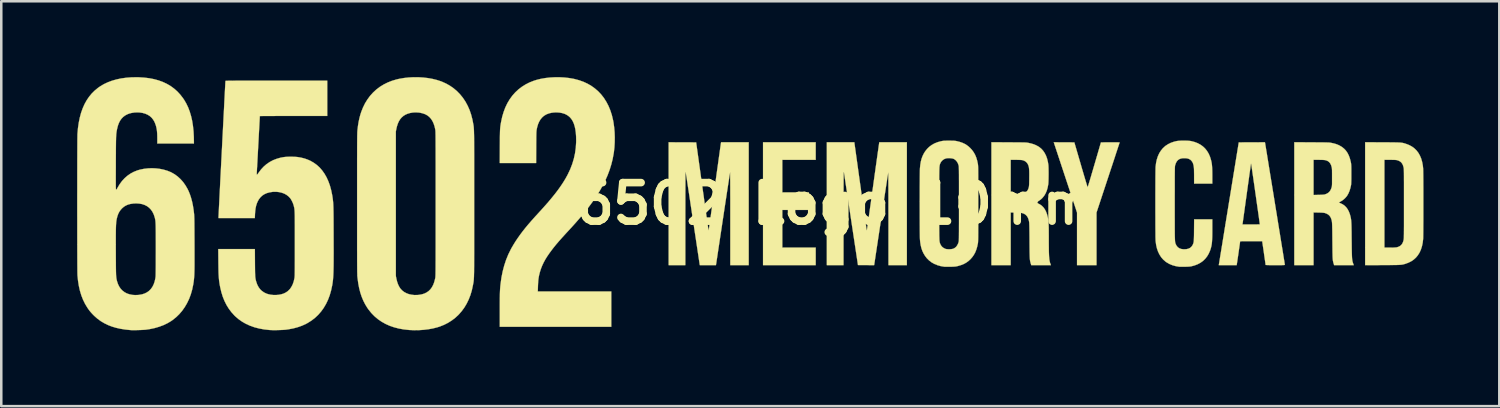
<source format=kicad_pcb>
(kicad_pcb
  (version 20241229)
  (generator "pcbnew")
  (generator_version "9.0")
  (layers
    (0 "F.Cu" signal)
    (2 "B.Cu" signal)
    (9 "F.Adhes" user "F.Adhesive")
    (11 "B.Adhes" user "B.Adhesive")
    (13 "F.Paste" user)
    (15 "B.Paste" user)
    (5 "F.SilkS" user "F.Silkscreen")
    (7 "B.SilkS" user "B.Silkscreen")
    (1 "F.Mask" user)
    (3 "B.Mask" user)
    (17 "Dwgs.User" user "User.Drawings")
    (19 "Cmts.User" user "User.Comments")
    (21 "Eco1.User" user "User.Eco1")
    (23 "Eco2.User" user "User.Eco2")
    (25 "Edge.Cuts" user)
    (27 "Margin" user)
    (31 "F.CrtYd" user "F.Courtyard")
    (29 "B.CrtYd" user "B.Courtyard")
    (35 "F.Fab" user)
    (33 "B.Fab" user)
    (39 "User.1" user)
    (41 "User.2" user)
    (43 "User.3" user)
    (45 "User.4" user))
  (footprint "6502 Logo 10mm"
    (layer "F.Cu")
    (at 30.003 5.008)
    (property "Reference" "6502 Logo 10mm" (at 0 0 0) (layer "F.SilkS") (effects (font (size 1.524 1.524) (thickness 0.3))))
    (attr through_hole)
    (fp_poly (pts (xy -0.787 -1.736) (xy -2.108 -1.736) (xy -2.108 -0.449) (xy -1.058 -0.449) (xy -1.058 0.246) (xy -2.108 0.246) (xy -2.108 1.736) (xy -0.787 1.736) (xy -0.787 2.43) (xy -2.87 2.43) (xy -2.87 -2.43) (xy -0.787 -2.43) (xy -0.787 -1.736)) (stroke (width 0.01) (type solid)) (fill yes) (layer "F.SilkS"))
    (fp_poly (pts (xy 9.037 -2.428) (xy 9.444 -2.426) (xy 9.703 -1.538) (xy 9.737 -1.42) (xy 9.771 -1.306) (xy 9.803 -1.197) (xy 9.833 -1.096) (xy 9.861 -1.002) (xy 9.886 -0.917) (xy 9.909 -0.842) (xy 9.928 -0.778) (xy 9.945 -0.725) (xy 9.957 -0.686) (xy 9.965 -0.661) (xy 9.969 -0.651) (xy 9.97 -0.651) (xy 9.973 -0.659) (xy 9.981 -0.682) (xy 9.993 -0.719) (xy 10.008 -0.77) (xy 10.028 -0.832) (xy 10.05 -0.906) (xy 10.075 -0.99) (xy 10.103 -1.082) (xy 10.132 -1.183) (xy 10.164 -1.29) (xy 10.197 -1.403) (xy 10.232 -1.522) (xy 10.237 -1.538) (xy 10.496 -2.426) (xy 10.865 -2.428) (xy 10.943 -2.428) (xy 11.015 -2.428) (xy 11.079 -2.428) (xy 11.135 -2.427) (xy 11.18 -2.427) (xy 11.213 -2.426) (xy 11.231 -2.424) (xy 11.235 -2.423) (xy 11.233 -2.415) (xy 11.225 -2.391) (xy 11.213 -2.353) (xy 11.196 -2.301) (xy 11.174 -2.236) (xy 11.149 -2.159) (xy 11.12 -2.072) (xy 11.088 -1.974) (xy 11.053 -1.866) (xy 11.015 -1.75) (xy 10.974 -1.626) (xy 10.931 -1.495) (xy 10.885 -1.358) (xy 10.838 -1.215) (xy 10.79 -1.068) (xy 10.778 -1.033) (xy 10.321 0.35) (xy 10.321 2.43) (xy 9.55 2.43) (xy 9.55 1.391) (xy 9.55 0.351) (xy 9.09 -1.039) (xy 8.63 -2.43) (xy 9.037 -2.428)) (stroke (width 0.01) (type solid)) (fill yes) (layer "F.SilkS"))
    (fp_poly (pts (xy 2.819 2.43) (xy 2.091 2.43) (xy 2.091 0.586) (xy 2.091 0.392) (xy 2.09 0.206) (xy 2.09 0.029) (xy 2.09 -0.139) (xy 2.09 -0.298) (xy 2.089 -0.447) (xy 2.089 -0.584) (xy 2.088 -0.711) (xy 2.088 -0.825) (xy 2.087 -0.926) (xy 2.087 -1.015) (xy 2.086 -1.09) (xy 2.085 -1.15) (xy 2.084 -1.196) (xy 2.084 -1.226) (xy 2.083 -1.24) (xy 2.083 -1.24) (xy 2.081 -1.23) (xy 2.076 -1.205) (xy 2.07 -1.164) (xy 2.061 -1.108) (xy 2.05 -1.039) (xy 2.037 -0.957) (xy 2.023 -0.863) (xy 2.007 -0.757) (xy 1.989 -0.641) (xy 1.97 -0.515) (xy 1.949 -0.381) (xy 1.928 -0.237) (xy 1.905 -0.087) (xy 1.881 0.07) (xy 1.856 0.234) (xy 1.831 0.402) (xy 1.805 0.575) (xy 1.804 0.584) (xy 1.778 0.757) (xy 1.752 0.926) (xy 1.728 1.089) (xy 1.704 1.247) (xy 1.681 1.398) (xy 1.66 1.542) (xy 1.639 1.677) (xy 1.62 1.804) (xy 1.602 1.921) (xy 1.586 2.027) (xy 1.572 2.122) (xy 1.559 2.205) (xy 1.549 2.275) (xy 1.54 2.331) (xy 1.534 2.373) (xy 1.53 2.4) (xy 1.528 2.411) (xy 1.528 2.411) (xy 1.524 2.43) (xy 1.204 2.428) (xy 0.885 2.426) (xy 0.608 0.593) (xy 0.582 0.419) (xy 0.556 0.249) (xy 0.531 0.085) (xy 0.507 -0.074) (xy 0.484 -0.226) (xy 0.463 -0.37) (xy 0.442 -0.506) (xy 0.423 -0.633) (xy 0.405 -0.75) (xy 0.389 -0.857) (xy 0.375 -0.953) (xy 0.362 -1.036) (xy 0.352 -1.107) (xy 0.343 -1.164) (xy 0.337 -1.207) (xy 0.332 -1.235) (xy 0.331 -1.247) (xy 0.331 -1.247) (xy 0.325 -1.25) (xy 0.322 -1.249) (xy 0.321 -1.24) (xy 0.32 -1.214) (xy 0.319 -1.171) (xy 0.318 -1.111) (xy 0.317 -1.035) (xy 0.316 -0.942) (xy 0.316 -0.832) (xy 0.315 -0.706) (xy 0.315 -0.563) (xy 0.314 -0.404) (xy 0.314 -0.228) (xy 0.314 -0.036) (xy 0.313 0.173) (xy 0.313 0.397) (xy 0.313 0.593) (xy 0.313 2.43) (xy -0.347 2.43) (xy -0.347 -2.43) (xy 0.197 -2.43) (xy 0.741 -2.43) (xy 0.982 -0.698) (xy 1.006 -0.529) (xy 1.029 -0.364) (xy 1.051 -0.204) (xy 1.073 -0.05) (xy 1.093 0.097) (xy 1.113 0.236) (xy 1.131 0.367) (xy 1.149 0.489) (xy 1.165 0.601) (xy 1.179 0.702) (xy 1.192 0.791) (xy 1.203 0.869) (xy 1.212 0.933) (xy 1.22 0.983) (xy 1.225 1.019) (xy 1.228 1.039) (xy 1.229 1.044) (xy 1.237 1.05) (xy 1.238 1.05) (xy 1.24 1.041) (xy 1.244 1.016) (xy 1.249 0.976) (xy 1.257 0.922) (xy 1.267 0.854) (xy 1.278 0.774) (xy 1.291 0.681) (xy 1.306 0.577) (xy 1.322 0.462) (xy 1.34 0.338) (xy 1.358 0.205) (xy 1.378 0.064) (xy 1.399 -0.085) (xy 1.42 -0.24) (xy 1.443 -0.401) (xy 1.466 -0.567) (xy 1.481 -0.673) (xy 1.504 -0.842) (xy 1.527 -1.006) (xy 1.549 -1.166) (xy 1.571 -1.319) (xy 1.591 -1.466) (xy 1.611 -1.605) (xy 1.629 -1.736) (xy 1.646 -1.857) (xy 1.662 -1.969) (xy 1.676 -2.07) (xy 1.689 -2.159) (xy 1.7 -2.237) (xy 1.709 -2.301) (xy 1.716 -2.351) (xy 1.721 -2.387) (xy 1.724 -2.407) (xy 1.725 -2.411) (xy 1.729 -2.43) (xy 2.819 -2.43) (xy 2.819 2.43)) (stroke (width 0.01) (type solid)) (fill yes) (layer "F.SilkS"))
    (fp_poly (pts (xy 21.634 -2.428) (xy 21.764 -2.427) (xy 21.879 -2.427) (xy 21.979 -2.426) (xy 22.066 -2.425) (xy 22.141 -2.424) (xy 22.205 -2.423) (xy 22.261 -2.421) (xy 22.308 -2.419) (xy 22.349 -2.416) (xy 22.384 -2.412) (xy 22.415 -2.408) (xy 22.443 -2.403) (xy 22.469 -2.397) (xy 22.496 -2.389) (xy 22.523 -2.381) (xy 22.552 -2.372) (xy 22.571 -2.365) (xy 22.691 -2.318) (xy 22.799 -2.26) (xy 22.895 -2.189) (xy 22.98 -2.106) (xy 23.053 -2.011) (xy 23.114 -1.903) (xy 23.164 -1.784) (xy 23.202 -1.652) (xy 23.229 -1.508) (xy 23.241 -1.394) (xy 23.242 -1.37) (xy 23.243 -1.329) (xy 23.244 -1.273) (xy 23.245 -1.202) (xy 23.246 -1.116) (xy 23.247 -1.016) (xy 23.248 -0.903) (xy 23.248 -0.777) (xy 23.249 -0.638) (xy 23.249 -0.488) (xy 23.249 -0.327) (xy 23.249 -0.156) (xy 23.249 -0.000001) (xy 23.249 0.18) (xy 23.249 0.35) (xy 23.249 0.509) (xy 23.249 0.658) (xy 23.248 0.794) (xy 23.247 0.919) (xy 23.247 1.03) (xy 23.246 1.128) (xy 23.245 1.212) (xy 23.244 1.282) (xy 23.243 1.336) (xy 23.242 1.374) (xy 23.241 1.394) (xy 23.223 1.547) (xy 23.193 1.688) (xy 23.152 1.817) (xy 23.099 1.933) (xy 23.034 2.037) (xy 22.958 2.129) (xy 22.87 2.209) (xy 22.771 2.277) (xy 22.66 2.332) (xy 22.571 2.365) (xy 22.54 2.376) (xy 22.512 2.385) (xy 22.485 2.392) (xy 22.459 2.399) (xy 22.432 2.405) (xy 22.402 2.41) (xy 22.37 2.414) (xy 22.333 2.417) (xy 22.289 2.42) (xy 22.239 2.422) (xy 22.18 2.424) (xy 22.111 2.425) (xy 22.031 2.426) (xy 21.939 2.426) (xy 21.833 2.427) (xy 21.713 2.428) (xy 21.634 2.428) (xy 20.947 2.431) (xy 20.947 -1.736) (xy 21.709 -1.736) (xy 21.709 1.736) (xy 21.934 1.736) (xy 22.008 1.735) (xy 22.067 1.735) (xy 22.114 1.733) (xy 22.15 1.731) (xy 22.178 1.728) (xy 22.201 1.725) (xy 22.21 1.722) (xy 22.281 1.698) (xy 22.339 1.664) (xy 22.387 1.619) (xy 22.424 1.563) (xy 22.453 1.493) (xy 22.468 1.435) (xy 22.47 1.425) (xy 22.472 1.414) (xy 22.474 1.401) (xy 22.475 1.386) (xy 22.476 1.366) (xy 22.478 1.342) (xy 22.479 1.313) (xy 22.479 1.278) (xy 22.48 1.236) (xy 22.481 1.186) (xy 22.481 1.127) (xy 22.482 1.059) (xy 22.482 0.982) (xy 22.483 0.893) (xy 22.483 0.792) (xy 22.483 0.679) (xy 22.483 0.553) (xy 22.483 0.413) (xy 22.483 0.257) (xy 22.483 0.086) (xy 22.483 0) (xy 22.483 -0.179) (xy 22.483 -0.342) (xy 22.483 -0.489) (xy 22.483 -0.622) (xy 22.483 -0.741) (xy 22.483 -0.847) (xy 22.482 -0.941) (xy 22.482 -1.024) (xy 22.482 -1.097) (xy 22.481 -1.159) (xy 22.481 -1.213) (xy 22.48 -1.259) (xy 22.479 -1.297) (xy 22.478 -1.329) (xy 22.477 -1.356) (xy 22.476 -1.377) (xy 22.474 -1.394) (xy 22.473 -1.409) (xy 22.471 -1.42) (xy 22.469 -1.43) (xy 22.468 -1.435) (xy 22.445 -1.515) (xy 22.414 -1.581) (xy 22.374 -1.634) (xy 22.323 -1.675) (xy 22.261 -1.706) (xy 22.21 -1.722) (xy 22.19 -1.727) (xy 22.165 -1.73) (xy 22.133 -1.732) (xy 22.091 -1.734) (xy 22.038 -1.735) (xy 21.972 -1.736) (xy 21.934 -1.736) (xy 21.709 -1.736) (xy 20.947 -1.736) (xy 20.947 -2.431) (xy 21.634 -2.428)) (stroke (width 0.01) (type solid)) (fill yes) (layer "F.SilkS"))
    (fp_poly (pts (xy -5.516 -2.426) (xy -5.274 -0.692) (xy -5.251 -0.523) (xy -5.227 -0.358) (xy -5.205 -0.198) (xy -5.184 -0.045) (xy -5.163 0.102) (xy -5.143 0.241) (xy -5.125 0.372) (xy -5.107 0.493) (xy -5.092 0.605) (xy -5.077 0.706) (xy -5.064 0.795) (xy -5.053 0.873) (xy -5.044 0.937) (xy -5.036 0.987) (xy -5.031 1.022) (xy -5.028 1.042) (xy -5.027 1.047) (xy -5.02 1.045) (xy -5.017 1.04) (xy -5.016 1.031) (xy -5.012 1.006) (xy -5.006 0.965) (xy -4.998 0.91) (xy -4.988 0.841) (xy -4.977 0.76) (xy -4.964 0.667) (xy -4.949 0.562) (xy -4.933 0.447) (xy -4.916 0.322) (xy -4.897 0.189) (xy -4.877 0.047) (xy -4.856 -0.102) (xy -4.835 -0.257) (xy -4.812 -0.418) (xy -4.789 -0.584) (xy -4.776 -0.682) (xy -4.752 -0.85) (xy -4.729 -1.014) (xy -4.707 -1.173) (xy -4.686 -1.326) (xy -4.665 -1.472) (xy -4.646 -1.611) (xy -4.628 -1.741) (xy -4.611 -1.862) (xy -4.595 -1.973) (xy -4.581 -2.074) (xy -4.569 -2.163) (xy -4.558 -2.24) (xy -4.549 -2.303) (xy -4.542 -2.353) (xy -4.537 -2.388) (xy -4.534 -2.407) (xy -4.534 -2.411) (xy -4.529 -2.43) (xy -3.437 -2.43) (xy -3.437 2.43) (xy -4.166 2.43) (xy -4.166 0.587) (xy -4.166 0.411) (xy -4.166 0.241) (xy -4.166 0.075) (xy -4.166 -0.084) (xy -4.166 -0.236) (xy -4.167 -0.381) (xy -4.167 -0.517) (xy -4.167 -0.644) (xy -4.168 -0.761) (xy -4.168 -0.867) (xy -4.169 -0.962) (xy -4.169 -1.045) (xy -4.17 -1.115) (xy -4.171 -1.171) (xy -4.171 -1.212) (xy -4.172 -1.238) (xy -4.172 -1.248) (xy -4.173 -1.248) (xy -4.174 -1.239) (xy -4.179 -1.214) (xy -4.185 -1.174) (xy -4.194 -1.119) (xy -4.205 -1.051) (xy -4.217 -0.97) (xy -4.232 -0.876) (xy -4.248 -0.772) (xy -4.266 -0.656) (xy -4.285 -0.531) (xy -4.306 -0.397) (xy -4.327 -0.254) (xy -4.35 -0.104) (xy -4.374 0.053) (xy -4.399 0.217) (xy -4.424 0.385) (xy -4.45 0.558) (xy -4.453 0.576) (xy -4.479 0.749) (xy -4.504 0.918) (xy -4.529 1.082) (xy -4.553 1.24) (xy -4.576 1.392) (xy -4.597 1.536) (xy -4.618 1.672) (xy -4.637 1.799) (xy -4.655 1.916) (xy -4.671 2.023) (xy -4.685 2.118) (xy -4.698 2.201) (xy -4.709 2.272) (xy -4.717 2.329) (xy -4.724 2.372) (xy -4.728 2.399) (xy -4.73 2.411) (xy -4.73 2.411) (xy -4.735 2.43) (xy -5.053 2.43) (xy -5.372 2.43) (xy -5.642 0.637) (xy -5.674 0.427) (xy -5.703 0.233) (xy -5.73 0.055) (xy -5.754 -0.109) (xy -5.777 -0.259) (xy -5.797 -0.395) (xy -5.816 -0.518) (xy -5.833 -0.628) (xy -5.848 -0.728) (xy -5.861 -0.816) (xy -5.873 -0.894) (xy -5.883 -0.962) (xy -5.892 -1.021) (xy -5.9 -1.071) (xy -5.907 -1.114) (xy -5.913 -1.15) (xy -5.917 -1.179) (xy -5.921 -1.202) (xy -5.924 -1.22) (xy -5.927 -1.234) (xy -5.929 -1.243) (xy -5.931 -1.25) (xy -5.932 -1.253) (xy -5.933 -1.255) (xy -5.934 -1.255) (xy -5.934 -1.254) (xy -5.935 -1.253) (xy -5.936 -1.253) (xy -5.937 -1.245) (xy -5.938 -1.22) (xy -5.938 -1.18) (xy -5.939 -1.124) (xy -5.94 -1.054) (xy -5.94 -0.97) (xy -5.941 -0.873) (xy -5.941 -0.764) (xy -5.942 -0.642) (xy -5.942 -0.509) (xy -5.943 -0.365) (xy -5.943 -0.211) (xy -5.943 -0.047) (xy -5.943 0.126) (xy -5.944 0.307) (xy -5.944 0.496) (xy -5.944 0.588) (xy -5.944 2.43) (xy -6.604 2.43) (xy -6.604 -2.43) (xy -5.516 -2.426)) (stroke (width 0.01) (type solid)) (fill yes) (layer "F.SilkS"))
    (fp_poly (pts (xy 6.852 -2.428) (xy 6.976 -2.427) (xy 7.085 -2.426) (xy 7.179 -2.426) (xy 7.26 -2.425) (xy 7.329 -2.424) (xy 7.388 -2.424) (xy 7.436 -2.423) (xy 7.477 -2.422) (xy 7.51 -2.42) (xy 7.538 -2.419) (xy 7.56 -2.417) (xy 7.58 -2.415) (xy 7.597 -2.412) (xy 7.614 -2.409) (xy 7.628 -2.406) (xy 7.746 -2.379) (xy 7.849 -2.347) (xy 7.94 -2.308) (xy 8.023 -2.262) (xy 8.05 -2.245) (xy 8.134 -2.178) (xy 8.208 -2.097) (xy 8.271 -2.004) (xy 8.325 -1.898) (xy 8.367 -1.78) (xy 8.398 -1.65) (xy 8.416 -1.536) (xy 8.419 -1.498) (xy 8.421 -1.447) (xy 8.423 -1.385) (xy 8.424 -1.314) (xy 8.425 -1.238) (xy 8.425 -1.159) (xy 8.424 -1.08) (xy 8.423 -1.004) (xy 8.421 -0.932) (xy 8.419 -0.869) (xy 8.416 -0.815) (xy 8.413 -0.775) (xy 8.411 -0.763) (xy 8.386 -0.632) (xy 8.352 -0.514) (xy 8.307 -0.409) (xy 8.253 -0.317) (xy 8.188 -0.236) (xy 8.151 -0.199) (xy 8.122 -0.173) (xy 8.087 -0.147) (xy 8.051 -0.121) (xy 8.016 -0.098) (xy 7.985 -0.08) (xy 7.962 -0.07) (xy 7.954 -0.068) (xy 7.94 -0.062) (xy 7.934 -0.056) (xy 7.932 -0.049) (xy 7.938 -0.041) (xy 7.957 -0.032) (xy 7.985 -0.021) (xy 8.074 0.022) (xy 8.153 0.077) (xy 8.221 0.145) (xy 8.28 0.227) (xy 8.328 0.322) (xy 8.367 0.431) (xy 8.387 0.508) (xy 8.396 0.549) (xy 8.403 0.589) (xy 8.41 0.629) (xy 8.415 0.671) (xy 8.42 0.717) (xy 8.424 0.768) (xy 8.427 0.825) (xy 8.429 0.89) (xy 8.431 0.965) (xy 8.432 1.05) (xy 8.432 1.149) (xy 8.433 1.261) (xy 8.433 1.369) (xy 8.433 1.512) (xy 8.434 1.639) (xy 8.435 1.752) (xy 8.436 1.851) (xy 8.438 1.938) (xy 8.441 2.014) (xy 8.444 2.08) (xy 8.448 2.138) (xy 8.453 2.188) (xy 8.459 2.232) (xy 8.466 2.271) (xy 8.474 2.306) (xy 8.483 2.338) (xy 8.494 2.369) (xy 8.497 2.376) (xy 8.517 2.43) (xy 7.739 2.43) (xy 7.722 2.373) (xy 7.715 2.346) (xy 7.708 2.321) (xy 7.702 2.298) (xy 7.696 2.274) (xy 7.692 2.249) (xy 7.688 2.222) (xy 7.685 2.19) (xy 7.682 2.153) (xy 7.68 2.11) (xy 7.678 2.06) (xy 7.677 2) (xy 7.675 1.93) (xy 7.674 1.849) (xy 7.673 1.756) (xy 7.672 1.648) (xy 7.671 1.525) (xy 7.671 1.465) (xy 7.67 1.338) (xy 7.669 1.228) (xy 7.668 1.131) (xy 7.667 1.049) (xy 7.666 0.978) (xy 7.665 0.918) (xy 7.664 0.869) (xy 7.662 0.827) (xy 7.661 0.794) (xy 7.659 0.766) (xy 7.658 0.743) (xy 7.655 0.725) (xy 7.653 0.709) (xy 7.65 0.694) (xy 7.648 0.682) (xy 7.628 0.608) (xy 7.604 0.548) (xy 7.574 0.498) (xy 7.547 0.466) (xy 7.511 0.433) (xy 7.471 0.406) (xy 7.423 0.384) (xy 7.367 0.368) (xy 7.301 0.357) (xy 7.223 0.35) (xy 7.13 0.347) (xy 7.09 0.347) (xy 6.926 0.347) (xy 6.926 2.43) (xy 6.164 2.43) (xy 6.164 -1.736) (xy 6.926 -1.736) (xy 6.926 -0.345) (xy 7.127 -0.35) (xy 7.205 -0.352) (xy 7.268 -0.355) (xy 7.316 -0.358) (xy 7.351 -0.362) (xy 7.372 -0.367) (xy 7.447 -0.395) (xy 7.511 -0.435) (xy 7.563 -0.484) (xy 7.602 -0.542) (xy 7.603 -0.545) (xy 7.616 -0.572) (xy 7.627 -0.597) (xy 7.635 -0.622) (xy 7.642 -0.648) (xy 7.648 -0.678) (xy 7.652 -0.713) (xy 7.655 -0.755) (xy 7.657 -0.808) (xy 7.658 -0.871) (xy 7.66 -0.948) (xy 7.66 -1.012) (xy 7.661 -1.113) (xy 7.661 -1.199) (xy 7.66 -1.271) (xy 7.657 -1.332) (xy 7.653 -1.384) (xy 7.648 -1.428) (xy 7.64 -1.466) (xy 7.631 -1.5) (xy 7.619 -1.532) (xy 7.604 -1.563) (xy 7.602 -1.569) (xy 7.565 -1.623) (xy 7.516 -1.668) (xy 7.457 -1.702) (xy 7.39 -1.724) (xy 7.379 -1.726) (xy 7.356 -1.729) (xy 7.319 -1.731) (xy 7.272 -1.733) (xy 7.217 -1.735) (xy 7.158 -1.736) (xy 7.127 -1.736) (xy 6.926 -1.736) (xy 6.164 -1.736) (xy 6.164 -2.431) (xy 6.852 -2.428)) (stroke (width 0.01) (type solid)) (fill yes) (layer "F.SilkS"))
    (fp_poly (pts (xy -10.728 -4.992) (xy -10.542 -4.971) (xy -10.363 -4.94) (xy -10.327 -4.932) (xy -10.144 -4.883) (xy -9.971 -4.821) (xy -9.809 -4.746) (xy -9.657 -4.657) (xy -9.517 -4.556) (xy -9.387 -4.443) (xy -9.269 -4.317) (xy -9.162 -4.179) (xy -9.067 -4.028) (xy -8.983 -3.866) (xy -8.911 -3.692) (xy -8.851 -3.507) (xy -8.804 -3.31) (xy -8.784 -3.205) (xy -8.759 -3.021) (xy -8.742 -2.826) (xy -8.735 -2.627) (xy -8.738 -2.426) (xy -8.749 -2.229) (xy -8.77 -2.04) (xy -8.78 -1.978) (xy -8.82 -1.763) (xy -8.873 -1.552) (xy -8.938 -1.342) (xy -9.016 -1.134) (xy -9.107 -0.927) (xy -9.212 -0.718) (xy -9.331 -0.507) (xy -9.466 -0.293) (xy -9.615 -0.075) (xy -9.671 0.003) (xy -9.757 0.119) (xy -9.845 0.233) (xy -9.937 0.349) (xy -10.034 0.466) (xy -10.137 0.588) (xy -10.248 0.715) (xy -10.367 0.849) (xy -10.498 0.992) (xy -10.567 1.067) (xy -10.662 1.17) (xy -10.746 1.262) (xy -10.822 1.346) (xy -10.889 1.421) (xy -10.951 1.491) (xy -11.007 1.557) (xy -11.06 1.619) (xy -11.11 1.681) (xy -11.159 1.742) (xy -11.197 1.791) (xy -11.305 1.935) (xy -11.4 2.072) (xy -11.482 2.203) (xy -11.551 2.331) (xy -11.61 2.457) (xy -11.659 2.583) (xy -11.699 2.71) (xy -11.731 2.841) (xy -11.734 2.857) (xy -11.745 2.917) (xy -11.754 2.976) (xy -11.761 3.037) (xy -11.766 3.105) (xy -11.77 3.183) (xy -11.774 3.273) (xy -11.774 3.287) (xy -11.78 3.471) (xy -8.873 3.471) (xy -8.873 4.868) (xy -13.284 4.868) (xy -13.284 4.21) (xy -13.284 4.074) (xy -13.284 3.952) (xy -13.283 3.845) (xy -13.283 3.751) (xy -13.281 3.667) (xy -13.28 3.592) (xy -13.278 3.526) (xy -13.276 3.466) (xy -13.273 3.411) (xy -13.27 3.359) (xy -13.266 3.309) (xy -13.262 3.26) (xy -13.256 3.21) (xy -13.254 3.188) (xy -13.219 2.93) (xy -13.17 2.682) (xy -13.108 2.446) (xy -13.033 2.219) (xy -12.945 2.003) (xy -12.843 1.798) (xy -12.823 1.76) (xy -12.746 1.628) (xy -12.666 1.498) (xy -12.579 1.368) (xy -12.486 1.236) (xy -12.386 1.102) (xy -12.277 0.964) (xy -12.158 0.821) (xy -12.028 0.671) (xy -11.887 0.513) (xy -11.785 0.402) (xy -11.629 0.231) (xy -11.484 0.069) (xy -11.351 -0.083) (xy -11.23 -0.228) (xy -11.118 -0.366) (xy -11.016 -0.498) (xy -10.923 -0.625) (xy -10.838 -0.748) (xy -10.76 -0.868) (xy -10.689 -0.985) (xy -10.624 -1.101) (xy -10.595 -1.156) (xy -10.498 -1.361) (xy -10.418 -1.568) (xy -10.354 -1.779) (xy -10.307 -1.992) (xy -10.277 -2.209) (xy -10.263 -2.428) (xy -10.262 -2.502) (xy -10.265 -2.665) (xy -10.276 -2.814) (xy -10.295 -2.948) (xy -10.322 -3.068) (xy -10.357 -3.176) (xy -10.4 -3.27) (xy -10.452 -3.352) (xy -10.512 -3.422) (xy -10.582 -3.481) (xy -10.66 -3.528) (xy -10.719 -3.555) (xy -10.814 -3.585) (xy -10.916 -3.604) (xy -11.023 -3.612) (xy -11.131 -3.61) (xy -11.237 -3.597) (xy -11.337 -3.573) (xy -11.428 -3.539) (xy -11.456 -3.525) (xy -11.539 -3.474) (xy -11.611 -3.41) (xy -11.673 -3.335) (xy -11.726 -3.247) (xy -11.77 -3.145) (xy -11.804 -3.03) (xy -11.821 -2.951) (xy -11.825 -2.932) (xy -11.828 -2.914) (xy -11.83 -2.895) (xy -11.832 -2.873) (xy -11.834 -2.847) (xy -11.836 -2.816) (xy -11.837 -2.779) (xy -11.838 -2.734) (xy -11.839 -2.68) (xy -11.84 -2.615) (xy -11.84 -2.539) (xy -11.841 -2.45) (xy -11.842 -2.346) (xy -11.842 -2.233) (xy -11.846 -1.609) (xy -13.285 -1.609) (xy -13.282 -2.263) (xy -13.281 -2.389) (xy -13.28 -2.501) (xy -13.28 -2.598) (xy -13.279 -2.683) (xy -13.277 -2.757) (xy -13.276 -2.821) (xy -13.274 -2.877) (xy -13.272 -2.927) (xy -13.269 -2.971) (xy -13.265 -3.013) (xy -13.261 -3.051) (xy -13.256 -3.09) (xy -13.25 -3.129) (xy -13.243 -3.17) (xy -13.235 -3.216) (xy -13.229 -3.247) (xy -13.186 -3.446) (xy -13.13 -3.633) (xy -13.063 -3.81) (xy -12.983 -3.976) (xy -12.891 -4.13) (xy -12.788 -4.272) (xy -12.673 -4.402) (xy -12.547 -4.52) (xy -12.41 -4.625) (xy -12.262 -4.718) (xy -12.104 -4.798) (xy -11.935 -4.864) (xy -11.83 -4.897) (xy -11.663 -4.939) (xy -11.485 -4.97) (xy -11.3 -4.991) (xy -11.11 -5.001) (xy -10.918 -5.002) (xy -10.728 -4.992)) (stroke (width 0.01) (type solid)) (fill yes) (layer "F.SilkS"))
    (fp_poly (pts (xy 16.988 -2.407) (xy 16.99 -2.396) (xy 16.994 -2.369) (xy 17.001 -2.327) (xy 17.01 -2.27) (xy 17.022 -2.201) (xy 17.035 -2.119) (xy 17.051 -2.025) (xy 17.068 -1.92) (xy 17.086 -1.805) (xy 17.107 -1.68) (xy 17.128 -1.547) (xy 17.151 -1.407) (xy 17.175 -1.259) (xy 17.2 -1.105) (xy 17.226 -0.946) (xy 17.253 -0.783) (xy 17.28 -0.615) (xy 17.308 -0.445) (xy 17.336 -0.273) (xy 17.364 -0.099) (xy 17.392 0.075) (xy 17.42 0.249) (xy 17.449 0.421) (xy 17.476 0.592) (xy 17.503 0.76) (xy 17.53 0.924) (xy 17.556 1.084) (xy 17.581 1.239) (xy 17.605 1.388) (xy 17.628 1.53) (xy 17.65 1.665) (xy 17.671 1.791) (xy 17.69 1.908) (xy 17.707 2.015) (xy 17.722 2.112) (xy 17.736 2.196) (xy 17.748 2.268) (xy 17.757 2.327) (xy 17.764 2.372) (xy 17.769 2.403) (xy 17.771 2.417) (xy 17.772 2.418) (xy 17.769 2.421) (xy 17.761 2.423) (xy 17.746 2.425) (xy 17.723 2.427) (xy 17.69 2.428) (xy 17.646 2.429) (xy 17.59 2.429) (xy 17.521 2.43) (xy 17.436 2.43) (xy 17.391 2.43) (xy 17.305 2.43) (xy 17.228 2.429) (xy 17.16 2.429) (xy 17.104 2.427) (xy 17.059 2.426) (xy 17.028 2.425) (xy 17.012 2.423) (xy 17.01 2.422) (xy 17.008 2.412) (xy 17.005 2.387) (xy 17 2.349) (xy 16.993 2.3) (xy 16.985 2.242) (xy 16.975 2.177) (xy 16.965 2.106) (xy 16.954 2.031) (xy 16.944 1.955) (xy 16.933 1.879) (xy 16.922 1.805) (xy 16.912 1.735) (xy 16.902 1.671) (xy 16.894 1.614) (xy 16.887 1.568) (xy 16.882 1.533) (xy 16.879 1.511) (xy 16.878 1.505) (xy 16.873 1.482) (xy 16.437 1.482) (xy 16.329 1.482) (xy 16.236 1.482) (xy 16.16 1.483) (xy 16.099 1.484) (xy 16.054 1.485) (xy 16.023 1.487) (xy 16.006 1.489) (xy 16.002 1.491) (xy 16.001 1.501) (xy 15.997 1.525) (xy 15.992 1.563) (xy 15.985 1.612) (xy 15.977 1.67) (xy 15.968 1.735) (xy 15.957 1.806) (xy 15.947 1.88) (xy 15.936 1.956) (xy 15.925 2.032) (xy 15.914 2.106) (xy 15.904 2.175) (xy 15.894 2.239) (xy 15.886 2.295) (xy 15.879 2.342) (xy 15.874 2.376) (xy 15.87 2.398) (xy 15.87 2.402) (xy 15.865 2.43) (xy 15.158 2.43) (xy 15.17 2.356) (xy 15.173 2.341) (xy 15.178 2.311) (xy 15.185 2.265) (xy 15.195 2.204) (xy 15.207 2.13) (xy 15.221 2.042) (xy 15.238 1.942) (xy 15.256 1.83) (xy 15.276 1.707) (xy 15.298 1.573) (xy 15.321 1.43) (xy 15.346 1.277) (xy 15.372 1.116) (xy 15.399 0.948) (xy 15.42 0.821) (xy 16.093 0.821) (xy 16.437 0.821) (xy 16.512 0.821) (xy 16.58 0.821) (xy 16.642 0.82) (xy 16.695 0.819) (xy 16.736 0.818) (xy 16.765 0.817) (xy 16.78 0.815) (xy 16.781 0.815) (xy 16.78 0.804) (xy 16.776 0.778) (xy 16.771 0.738) (xy 16.763 0.684) (xy 16.754 0.618) (xy 16.744 0.542) (xy 16.732 0.456) (xy 16.718 0.361) (xy 16.704 0.259) (xy 16.688 0.15) (xy 16.672 0.037) (xy 16.655 -0.081) (xy 16.638 -0.202) (xy 16.621 -0.324) (xy 16.603 -0.447) (xy 16.586 -0.569) (xy 16.569 -0.689) (xy 16.552 -0.807) (xy 16.535 -0.92) (xy 16.52 -1.029) (xy 16.505 -1.131) (xy 16.491 -1.225) (xy 16.479 -1.311) (xy 16.468 -1.387) (xy 16.458 -1.453) (xy 16.45 -1.506) (xy 16.444 -1.546) (xy 16.44 -1.571) (xy 16.439 -1.581) (xy 16.439 -1.581) (xy 16.431 -1.583) (xy 16.431 -1.583) (xy 16.429 -1.574) (xy 16.425 -1.549) (xy 16.42 -1.51) (xy 16.412 -1.457) (xy 16.403 -1.391) (xy 16.392 -1.312) (xy 16.379 -1.223) (xy 16.365 -1.124) (xy 16.35 -1.015) (xy 16.334 -0.898) (xy 16.316 -0.775) (xy 16.298 -0.644) (xy 16.279 -0.509) (xy 16.265 -0.406) (xy 16.246 -0.267) (xy 16.227 -0.132) (xy 16.209 -0.002) (xy 16.192 0.121) (xy 16.176 0.237) (xy 16.161 0.345) (xy 16.147 0.444) (xy 16.135 0.532) (xy 16.124 0.61) (xy 16.115 0.675) (xy 16.108 0.727) (xy 16.102 0.765) (xy 16.099 0.787) (xy 16.098 0.794) (xy 16.093 0.821) (xy 15.42 0.821) (xy 15.428 0.772) (xy 15.457 0.59) (xy 15.488 0.403) (xy 15.519 0.21) (xy 15.551 0.014) (xy 15.565 -0.072) (xy 15.948 -2.426) (xy 16.465 -2.428) (xy 16.983 -2.43) (xy 16.988 -2.407)) (stroke (width 0.01) (type solid)) (fill yes) (layer "F.SilkS"))
    (fp_poly (pts (xy 18.832 -2.428) (xy 18.956 -2.427) (xy 19.065 -2.426) (xy 19.159 -2.426) (xy 19.24 -2.425) (xy 19.309 -2.424) (xy 19.368 -2.424) (xy 19.416 -2.423) (xy 19.457 -2.421) (xy 19.49 -2.42) (xy 19.518 -2.419) (xy 19.541 -2.417) (xy 19.56 -2.415) (xy 19.577 -2.412) (xy 19.594 -2.409) (xy 19.609 -2.406) (xy 19.69 -2.389) (xy 19.759 -2.371) (xy 19.82 -2.351) (xy 19.877 -2.328) (xy 19.933 -2.302) (xy 20.028 -2.246) (xy 20.113 -2.178) (xy 20.186 -2.1) (xy 20.249 -2.009) (xy 20.301 -1.906) (xy 20.344 -1.789) (xy 20.377 -1.659) (xy 20.385 -1.621) (xy 20.389 -1.599) (xy 20.392 -1.575) (xy 20.394 -1.55) (xy 20.396 -1.519) (xy 20.398 -1.483) (xy 20.399 -1.438) (xy 20.4 -1.383) (xy 20.4 -1.317) (xy 20.4 -1.237) (xy 20.4 -1.168) (xy 20.4 -1.067) (xy 20.4 -0.98) (xy 20.399 -0.909) (xy 20.397 -0.85) (xy 20.395 -0.804) (xy 20.393 -0.768) (xy 20.39 -0.743) (xy 20.389 -0.737) (xy 20.363 -0.618) (xy 20.328 -0.507) (xy 20.286 -0.407) (xy 20.237 -0.321) (xy 20.223 -0.301) (xy 20.174 -0.242) (xy 20.115 -0.184) (xy 20.051 -0.133) (xy 19.985 -0.092) (xy 19.952 -0.075) (xy 19.929 -0.064) (xy 19.913 -0.055) (xy 19.91 -0.051) (xy 19.915 -0.045) (xy 19.932 -0.035) (xy 19.959 -0.023) (xy 19.964 -0.021) (xy 20.053 0.021) (xy 20.131 0.075) (xy 20.199 0.142) (xy 20.257 0.222) (xy 20.305 0.315) (xy 20.345 0.422) (xy 20.357 0.468) (xy 20.366 0.501) (xy 20.373 0.531) (xy 20.379 0.561) (xy 20.385 0.591) (xy 20.39 0.623) (xy 20.394 0.658) (xy 20.397 0.698) (xy 20.4 0.743) (xy 20.403 0.795) (xy 20.405 0.855) (xy 20.407 0.925) (xy 20.408 1.006) (xy 20.41 1.099) (xy 20.411 1.205) (xy 20.412 1.326) (xy 20.413 1.431) (xy 20.415 1.566) (xy 20.416 1.685) (xy 20.417 1.789) (xy 20.419 1.881) (xy 20.421 1.96) (xy 20.423 2.028) (xy 20.425 2.086) (xy 20.428 2.136) (xy 20.431 2.179) (xy 20.435 2.216) (xy 20.44 2.247) (xy 20.445 2.275) (xy 20.452 2.301) (xy 20.459 2.325) (xy 20.467 2.35) (xy 20.476 2.375) (xy 20.497 2.43) (xy 19.72 2.43) (xy 19.701 2.369) (xy 19.694 2.343) (xy 19.687 2.32) (xy 19.682 2.298) (xy 19.677 2.275) (xy 19.672 2.251) (xy 19.669 2.224) (xy 19.666 2.192) (xy 19.663 2.155) (xy 19.661 2.112) (xy 19.659 2.06) (xy 19.658 2) (xy 19.656 1.929) (xy 19.655 1.847) (xy 19.654 1.751) (xy 19.653 1.642) (xy 19.652 1.518) (xy 19.651 1.469) (xy 19.65 1.339) (xy 19.649 1.224) (xy 19.648 1.124) (xy 19.647 1.038) (xy 19.645 0.963) (xy 19.644 0.9) (xy 19.642 0.846) (xy 19.64 0.801) (xy 19.638 0.763) (xy 19.635 0.731) (xy 19.632 0.704) (xy 19.628 0.681) (xy 19.624 0.66) (xy 19.619 0.641) (xy 19.613 0.621) (xy 19.606 0.601) (xy 19.605 0.597) (xy 19.575 0.528) (xy 19.534 0.472) (xy 19.482 0.426) (xy 19.418 0.391) (xy 19.351 0.367) (xy 19.328 0.362) (xy 19.298 0.358) (xy 19.26 0.355) (xy 19.211 0.352) (xy 19.149 0.35) (xy 19.103 0.349) (xy 18.906 0.345) (xy 18.906 2.43) (xy 18.144 2.43) (xy 18.144 -1.736) (xy 18.906 -1.736) (xy 18.906 -0.345) (xy 19.107 -0.35) (xy 19.186 -0.352) (xy 19.249 -0.355) (xy 19.297 -0.358) (xy 19.332 -0.362) (xy 19.352 -0.367) (xy 19.427 -0.395) (xy 19.49 -0.433) (xy 19.541 -0.482) (xy 19.581 -0.543) (xy 19.612 -0.618) (xy 19.619 -0.639) (xy 19.624 -0.657) (xy 19.628 -0.673) (xy 19.631 -0.691) (xy 19.633 -0.711) (xy 19.635 -0.735) (xy 19.637 -0.766) (xy 19.638 -0.806) (xy 19.638 -0.856) (xy 19.638 -0.917) (xy 19.638 -0.993) (xy 19.638 -1.046) (xy 19.638 -1.133) (xy 19.638 -1.206) (xy 19.637 -1.265) (xy 19.637 -1.313) (xy 19.635 -1.351) (xy 19.633 -1.382) (xy 19.631 -1.407) (xy 19.628 -1.427) (xy 19.624 -1.445) (xy 19.624 -1.446) (xy 19.6 -1.526) (xy 19.567 -1.592) (xy 19.526 -1.644) (xy 19.475 -1.683) (xy 19.449 -1.696) (xy 19.421 -1.708) (xy 19.394 -1.717) (xy 19.364 -1.724) (xy 19.33 -1.729) (xy 19.288 -1.732) (xy 19.237 -1.734) (xy 19.173 -1.735) (xy 19.108 -1.736) (xy 18.906 -1.736) (xy 18.144 -1.736) (xy 18.144 -2.431) (xy 18.832 -2.428)) (stroke (width 0.01) (type solid)) (fill yes) (layer "F.SilkS"))
    (fp_poly (pts (xy 13.878 -2.493) (xy 13.945 -2.49) (xy 14.004 -2.485) (xy 14.051 -2.479) (xy 14.059 -2.478) (xy 14.194 -2.443) (xy 14.317 -2.397) (xy 14.428 -2.338) (xy 14.527 -2.268) (xy 14.615 -2.185) (xy 14.691 -2.09) (xy 14.756 -1.982) (xy 14.809 -1.862) (xy 14.85 -1.73) (xy 14.871 -1.638) (xy 14.879 -1.59) (xy 14.886 -1.538) (xy 14.891 -1.48) (xy 14.895 -1.414) (xy 14.898 -1.338) (xy 14.9 -1.25) (xy 14.901 -1.149) (xy 14.901 -1.086) (xy 14.901 -0.796) (xy 14.182 -0.796) (xy 14.181 -1.069) (xy 14.181 -1.14) (xy 14.18 -1.21) (xy 14.179 -1.275) (xy 14.178 -1.334) (xy 14.176 -1.382) (xy 14.174 -1.418) (xy 14.173 -1.427) (xy 14.16 -1.518) (xy 14.138 -1.595) (xy 14.106 -1.659) (xy 14.064 -1.712) (xy 14.035 -1.737) (xy 13.993 -1.763) (xy 13.949 -1.782) (xy 13.898 -1.794) (xy 13.835 -1.8) (xy 13.818 -1.801) (xy 13.731 -1.8) (xy 13.656 -1.786) (xy 13.592 -1.761) (xy 13.538 -1.722) (xy 13.494 -1.67) (xy 13.459 -1.604) (xy 13.432 -1.523) (xy 13.43 -1.517) (xy 13.428 -1.509) (xy 13.426 -1.499) (xy 13.425 -1.487) (xy 13.423 -1.472) (xy 13.422 -1.452) (xy 13.421 -1.428) (xy 13.42 -1.399) (xy 13.419 -1.363) (xy 13.419 -1.32) (xy 13.418 -1.27) (xy 13.417 -1.211) (xy 13.417 -1.142) (xy 13.416 -1.063) (xy 13.416 -0.974) (xy 13.416 -0.873) (xy 13.416 -0.759) (xy 13.416 -0.632) (xy 13.416 -0.491) (xy 13.415 -0.336) (xy 13.415 -0.165) (xy 13.415 -0.008) (xy 13.415 0.179) (xy 13.415 0.351) (xy 13.415 0.508) (xy 13.416 0.649) (xy 13.416 0.777) (xy 13.416 0.892) (xy 13.416 0.995) (xy 13.417 1.086) (xy 13.417 1.166) (xy 13.418 1.237) (xy 13.419 1.298) (xy 13.421 1.351) (xy 13.422 1.396) (xy 13.424 1.435) (xy 13.426 1.467) (xy 13.428 1.494) (xy 13.431 1.517) (xy 13.434 1.535) (xy 13.438 1.551) (xy 13.441 1.565) (xy 13.446 1.577) (xy 13.451 1.588) (xy 13.456 1.6) (xy 13.462 1.613) (xy 13.462 1.614) (xy 13.498 1.677) (xy 13.544 1.727) (xy 13.6 1.764) (xy 13.667 1.789) (xy 13.745 1.801) (xy 13.796 1.803) (xy 13.882 1.797) (xy 13.956 1.779) (xy 14.019 1.749) (xy 14.071 1.706) (xy 14.113 1.65) (xy 14.129 1.619) (xy 14.139 1.597) (xy 14.147 1.576) (xy 14.154 1.555) (xy 14.16 1.532) (xy 14.165 1.505) (xy 14.168 1.473) (xy 14.171 1.435) (xy 14.173 1.388) (xy 14.175 1.331) (xy 14.177 1.263) (xy 14.178 1.182) (xy 14.179 1.086) (xy 14.179 1.044) (xy 14.183 0.618) (xy 14.901 0.618) (xy 14.901 0.997) (xy 14.901 1.122) (xy 14.9 1.232) (xy 14.898 1.328) (xy 14.894 1.413) (xy 14.89 1.487) (xy 14.884 1.554) (xy 14.876 1.613) (xy 14.866 1.668) (xy 14.854 1.72) (xy 14.84 1.771) (xy 14.824 1.821) (xy 14.811 1.858) (xy 14.758 1.978) (xy 14.694 2.086) (xy 14.618 2.181) (xy 14.531 2.265) (xy 14.431 2.336) (xy 14.32 2.395) (xy 14.197 2.442) (xy 14.078 2.474) (xy 14.046 2.48) (xy 14.013 2.484) (xy 13.974 2.488) (xy 13.928 2.49) (xy 13.871 2.492) (xy 13.809 2.493) (xy 13.752 2.494) (xy 13.699 2.494) (xy 13.653 2.494) (xy 13.617 2.494) (xy 13.594 2.493) (xy 13.589 2.492) (xy 13.45 2.468) (xy 13.32 2.431) (xy 13.202 2.382) (xy 13.095 2.32) (xy 13.049 2.288) (xy 12.958 2.208) (xy 12.878 2.115) (xy 12.811 2.011) (xy 12.755 1.895) (xy 12.711 1.767) (xy 12.679 1.627) (xy 12.659 1.475) (xy 12.658 1.461) (xy 12.657 1.436) (xy 12.656 1.395) (xy 12.654 1.337) (xy 12.653 1.264) (xy 12.653 1.176) (xy 12.652 1.072) (xy 12.651 0.953) (xy 12.65 0.82) (xy 12.65 0.673) (xy 12.65 0.513) (xy 12.649 0.339) (xy 12.649 0.153) (xy 12.649 0) (xy 12.649 -0.196) (xy 12.649 -0.38) (xy 12.65 -0.551) (xy 12.65 -0.708) (xy 12.651 -0.852) (xy 12.651 -0.981) (xy 12.652 -1.097) (xy 12.653 -1.197) (xy 12.654 -1.282) (xy 12.655 -1.352) (xy 12.656 -1.406) (xy 12.657 -1.443) (xy 12.658 -1.461) (xy 12.677 -1.614) (xy 12.708 -1.755) (xy 12.751 -1.884) (xy 12.805 -2.001) (xy 12.872 -2.106) (xy 12.95 -2.2) (xy 13.04 -2.281) (xy 13.049 -2.288) (xy 13.152 -2.355) (xy 13.266 -2.411) (xy 13.392 -2.454) (xy 13.492 -2.478) (xy 13.535 -2.484) (xy 13.592 -2.489) (xy 13.658 -2.493) (xy 13.731 -2.494) (xy 13.805 -2.494) (xy 13.878 -2.493)) (stroke (width 0.01) (type solid)) (fill yes) (layer "F.SilkS"))
    (fp_poly (pts (xy 4.496 -2.493) (xy 4.565 -2.493) (xy 4.62 -2.492) (xy 4.664 -2.491) (xy 4.7 -2.489) (xy 4.73 -2.486) (xy 4.757 -2.482) (xy 4.785 -2.477) (xy 4.796 -2.474) (xy 4.912 -2.445) (xy 5.014 -2.41) (xy 5.105 -2.368) (xy 5.188 -2.318) (xy 5.266 -2.258) (xy 5.327 -2.201) (xy 5.402 -2.118) (xy 5.466 -2.029) (xy 5.52 -1.932) (xy 5.564 -1.826) (xy 5.599 -1.708) (xy 5.627 -1.577) (xy 5.627 -1.575) (xy 5.629 -1.563) (xy 5.631 -1.55) (xy 5.633 -1.536) (xy 5.634 -1.52) (xy 5.636 -1.5) (xy 5.637 -1.476) (xy 5.638 -1.448) (xy 5.639 -1.414) (xy 5.64 -1.374) (xy 5.64 -1.326) (xy 5.641 -1.271) (xy 5.641 -1.207) (xy 5.642 -1.134) (xy 5.642 -1.051) (xy 5.642 -0.956) (xy 5.643 -0.85) (xy 5.643 -0.732) (xy 5.643 -0.6) (xy 5.643 -0.453) (xy 5.643 -0.292) (xy 5.643 -0.116) (xy 5.643 0) (xy 5.643 0.187) (xy 5.643 0.357) (xy 5.643 0.512) (xy 5.643 0.653) (xy 5.643 0.779) (xy 5.643 0.893) (xy 5.642 0.995) (xy 5.642 1.085) (xy 5.642 1.164) (xy 5.641 1.233) (xy 5.641 1.294) (xy 5.64 1.346) (xy 5.639 1.39) (xy 5.638 1.428) (xy 5.637 1.459) (xy 5.636 1.486) (xy 5.635 1.508) (xy 5.634 1.526) (xy 5.632 1.542) (xy 5.631 1.555) (xy 5.629 1.568) (xy 5.627 1.575) (xy 5.599 1.707) (xy 5.563 1.826) (xy 5.519 1.934) (xy 5.464 2.032) (xy 5.399 2.122) (xy 5.344 2.185) (xy 5.263 2.262) (xy 5.175 2.326) (xy 5.078 2.381) (xy 4.969 2.425) (xy 4.848 2.462) (xy 4.801 2.473) (xy 4.77 2.479) (xy 4.738 2.484) (xy 4.703 2.487) (xy 4.661 2.49) (xy 4.609 2.492) (xy 4.544 2.493) (xy 4.525 2.493) (xy 4.468 2.494) (xy 4.414 2.494) (xy 4.368 2.494) (xy 4.331 2.494) (xy 4.307 2.493) (xy 4.301 2.492) (xy 4.158 2.468) (xy 4.025 2.43) (xy 3.905 2.381) (xy 3.795 2.319) (xy 3.697 2.244) (xy 3.609 2.156) (xy 3.54 2.066) (xy 3.481 1.97) (xy 3.433 1.869) (xy 3.395 1.76) (xy 3.366 1.641) (xy 3.346 1.511) (xy 3.336 1.397) (xy 3.335 1.368) (xy 3.334 1.324) (xy 3.333 1.266) (xy 3.332 1.194) (xy 3.331 1.11) (xy 3.33 1.015) (xy 3.33 0.91) (xy 3.329 0.797) (xy 3.329 0.677) (xy 3.328 0.55) (xy 3.328 0.419) (xy 3.328 0.284) (xy 3.327 0.146) (xy 3.327 0.007) (xy 3.327 -0.132) (xy 3.328 -0.269) (xy 3.328 -0.27) (xy 4.098 -0.27) (xy 4.098 -0.093) (xy 4.098 0) (xy 4.098 0.185) (xy 4.098 0.354) (xy 4.098 0.508) (xy 4.098 0.647) (xy 4.098 0.772) (xy 4.098 0.885) (xy 4.099 0.985) (xy 4.099 1.074) (xy 4.1 1.152) (xy 4.1 1.22) (xy 4.101 1.279) (xy 4.103 1.331) (xy 4.104 1.374) (xy 4.105 1.411) (xy 4.107 1.443) (xy 4.109 1.469) (xy 4.112 1.491) (xy 4.114 1.509) (xy 4.118 1.525) (xy 4.121 1.539) (xy 4.125 1.551) (xy 4.129 1.564) (xy 4.133 1.577) (xy 4.136 1.583) (xy 4.167 1.647) (xy 4.212 1.703) (xy 4.268 1.748) (xy 4.334 1.782) (xy 4.348 1.787) (xy 4.392 1.796) (xy 4.445 1.801) (xy 4.505 1.802) (xy 4.564 1.798) (xy 4.617 1.79) (xy 4.659 1.779) (xy 4.719 1.746) (xy 4.772 1.7) (xy 4.815 1.639) (xy 4.85 1.566) (xy 4.866 1.516) (xy 4.868 1.508) (xy 4.87 1.499) (xy 4.871 1.488) (xy 4.873 1.474) (xy 4.874 1.456) (xy 4.875 1.434) (xy 4.876 1.407) (xy 4.877 1.374) (xy 4.878 1.334) (xy 4.878 1.286) (xy 4.879 1.231) (xy 4.879 1.166) (xy 4.88 1.091) (xy 4.88 1.006) (xy 4.88 0.91) (xy 4.881 0.801) (xy 4.881 0.68) (xy 4.881 0.545) (xy 4.881 0.395) (xy 4.881 0.231) (xy 4.881 0.05) (xy 4.881 0) (xy 4.881 -0.185) (xy 4.881 -0.354) (xy 4.881 -0.507) (xy 4.881 -0.646) (xy 4.881 -0.771) (xy 4.881 -0.883) (xy 4.88 -0.982) (xy 4.88 -1.07) (xy 4.88 -1.147) (xy 4.879 -1.215) (xy 4.879 -1.272) (xy 4.878 -1.322) (xy 4.877 -1.364) (xy 4.876 -1.399) (xy 4.875 -1.427) (xy 4.874 -1.451) (xy 4.873 -1.469) (xy 4.872 -1.484) (xy 4.87 -1.496) (xy 4.868 -1.506) (xy 4.867 -1.514) (xy 4.866 -1.516) (xy 4.838 -1.596) (xy 4.799 -1.664) (xy 4.752 -1.719) (xy 4.697 -1.761) (xy 4.659 -1.779) (xy 4.613 -1.791) (xy 4.557 -1.799) (xy 4.496 -1.803) (xy 4.435 -1.802) (xy 4.382 -1.795) (xy 4.363 -1.791) (xy 4.295 -1.764) (xy 4.235 -1.724) (xy 4.185 -1.673) (xy 4.148 -1.613) (xy 4.136 -1.583) (xy 4.131 -1.57) (xy 4.127 -1.557) (xy 4.123 -1.545) (xy 4.119 -1.532) (xy 4.116 -1.517) (xy 4.113 -1.5) (xy 4.111 -1.48) (xy 4.108 -1.456) (xy 4.106 -1.427) (xy 4.105 -1.393) (xy 4.103 -1.353) (xy 4.102 -1.306) (xy 4.101 -1.25) (xy 4.1 -1.186) (xy 4.099 -1.113) (xy 4.099 -1.03) (xy 4.098 -0.935) (xy 4.098 -0.829) (xy 4.098 -0.71) (xy 4.098 -0.578) (xy 4.098 -0.431) (xy 4.098 -0.27) (xy 3.328 -0.27) (xy 3.328 -0.405) (xy 3.328 -0.537) (xy 3.328 -0.664) (xy 3.329 -0.785) (xy 3.33 -0.899) (xy 3.33 -1.004) (xy 3.331 -1.1) (xy 3.332 -1.185) (xy 3.333 -1.259) (xy 3.334 -1.319) (xy 3.335 -1.364) (xy 3.336 -1.394) (xy 3.336 -1.397) (xy 3.35 -1.537) (xy 3.371 -1.664) (xy 3.401 -1.781) (xy 3.441 -1.888) (xy 3.491 -1.988) (xy 3.54 -2.067) (xy 3.616 -2.164) (xy 3.703 -2.249) (xy 3.8 -2.322) (xy 3.908 -2.383) (xy 4.029 -2.432) (xy 4.161 -2.469) (xy 4.204 -2.478) (xy 4.232 -2.483) (xy 4.263 -2.487) (xy 4.298 -2.49) (xy 4.34 -2.492) (xy 4.393 -2.493) (xy 4.458 -2.493) (xy 4.496 -2.493)) (stroke (width 0.01) (type solid)) (fill yes) (layer "F.SilkS"))
    (fp_poly (pts (xy -16.496 -5.002) (xy -16.304 -4.99) (xy -16.117 -4.968) (xy -15.936 -4.935) (xy -15.764 -4.892) (xy -15.603 -4.839) (xy -15.57 -4.826) (xy -15.406 -4.752) (xy -15.251 -4.664) (xy -15.107 -4.563) (xy -14.974 -4.45) (xy -14.852 -4.324) (xy -14.741 -4.187) (xy -14.642 -4.038) (xy -14.555 -3.878) (xy -14.48 -3.708) (xy -14.418 -3.528) (xy -14.368 -3.337) (xy -14.348 -3.234) (xy -14.343 -3.209) (xy -14.339 -3.186) (xy -14.335 -3.164) (xy -14.331 -3.144) (xy -14.327 -3.124) (xy -14.324 -3.104) (xy -14.321 -3.084) (xy -14.318 -3.063) (xy -14.315 -3.039) (xy -14.313 -3.014) (xy -14.311 -2.985) (xy -14.309 -2.954) (xy -14.307 -2.918) (xy -14.305 -2.877) (xy -14.304 -2.832) (xy -14.303 -2.781) (xy -14.301 -2.724) (xy -14.3 -2.66) (xy -14.299 -2.588) (xy -14.299 -2.509) (xy -14.298 -2.421) (xy -14.298 -2.324) (xy -14.297 -2.217) (xy -14.297 -2.1) (xy -14.296 -1.973) (xy -14.296 -1.834) (xy -14.296 -1.683) (xy -14.296 -1.52) (xy -14.296 -1.344) (xy -14.296 -1.154) (xy -14.296 -0.95) (xy -14.296 -0.731) (xy -14.296 -0.497) (xy -14.296 -0.247) (xy -14.296 0) (xy -14.296 0.265) (xy -14.296 0.514) (xy -14.296 0.747) (xy -14.296 0.964) (xy -14.296 1.167) (xy -14.296 1.356) (xy -14.296 1.531) (xy -14.296 1.694) (xy -14.296 1.844) (xy -14.296 1.982) (xy -14.297 2.109) (xy -14.297 2.225) (xy -14.298 2.331) (xy -14.298 2.427) (xy -14.299 2.514) (xy -14.3 2.593) (xy -14.3 2.664) (xy -14.301 2.728) (xy -14.303 2.785) (xy -14.304 2.835) (xy -14.305 2.88) (xy -14.307 2.92) (xy -14.309 2.956) (xy -14.311 2.987) (xy -14.313 3.016) (xy -14.316 3.041) (xy -14.318 3.064) (xy -14.321 3.086) (xy -14.324 3.106) (xy -14.327 3.126) (xy -14.331 3.145) (xy -14.335 3.166) (xy -14.339 3.187) (xy -14.343 3.211) (xy -14.348 3.234) (xy -14.39 3.43) (xy -14.446 3.617) (xy -14.515 3.792) (xy -14.596 3.958) (xy -14.689 4.112) (xy -14.794 4.255) (xy -14.91 4.387) (xy -15.037 4.506) (xy -15.176 4.613) (xy -15.325 4.708) (xy -15.484 4.789) (xy -15.653 4.857) (xy -15.754 4.889) (xy -15.923 4.932) (xy -16.102 4.965) (xy -16.29 4.988) (xy -16.482 5.001) (xy -16.677 5.003) (xy -16.87 4.995) (xy -17.079 4.972) (xy -17.277 4.937) (xy -17.465 4.888) (xy -17.642 4.827) (xy -17.808 4.752) (xy -17.963 4.664) (xy -18.108 4.564) (xy -18.242 4.45) (xy -18.365 4.324) (xy -18.477 4.184) (xy -18.523 4.119) (xy -18.607 3.982) (xy -18.681 3.836) (xy -18.746 3.682) (xy -18.8 3.518) (xy -18.845 3.343) (xy -18.881 3.155) (xy -18.908 2.954) (xy -18.912 2.918) (xy -18.914 2.904) (xy -18.915 2.889) (xy -18.916 2.873) (xy -18.917 2.854) (xy -18.918 2.833) (xy -18.919 2.808) (xy -18.92 2.78) (xy -18.921 2.748) (xy -18.922 2.711) (xy -18.923 2.668) (xy -18.923 2.62) (xy -18.924 2.564) (xy -18.924 2.502) (xy -18.925 2.432) (xy -18.925 2.354) (xy -18.926 2.267) (xy -18.926 2.17) (xy -18.926 2.064) (xy -18.926 1.947) (xy -18.927 1.819) (xy -18.927 1.679) (xy -18.927 1.527) (xy -18.927 1.362) (xy -18.927 1.184) (xy -18.927 0.992) (xy -18.927 0.785) (xy -18.927 0.564) (xy -18.927 0.326) (xy -18.927 0.073) (xy -18.927 0) (xy -18.927 -0.258) (xy -18.927 -0.5) (xy -18.927 -0.726) (xy -18.927 -0.936) (xy -18.927 -1.133) (xy -18.927 -1.314) (xy -18.927 -1.483) (xy -18.927 -1.638) (xy -18.927 -1.781) (xy -18.926 -1.913) (xy -18.926 -2.033) (xy -18.926 -2.142) (xy -18.926 -2.241) (xy -18.925 -2.331) (xy -18.925 -2.411) (xy -18.924 -2.484) (xy -18.924 -2.548) (xy -18.923 -2.605) (xy -18.923 -2.655) (xy -18.922 -2.7) (xy -18.921 -2.738) (xy -18.92 -2.772) (xy -18.92 -2.801) (xy -18.919 -2.826) (xy -18.918 -2.848) (xy -18.917 -2.857) (xy -17.395 -2.857) (xy -17.395 2.857) (xy -17.376 2.955) (xy -17.347 3.076) (xy -17.311 3.182) (xy -17.267 3.275) (xy -17.215 3.355) (xy -17.21 3.362) (xy -17.143 3.433) (xy -17.065 3.493) (xy -16.975 3.541) (xy -16.877 3.578) (xy -16.769 3.601) (xy -16.655 3.613) (xy -16.534 3.61) (xy -16.487 3.606) (xy -16.374 3.587) (xy -16.271 3.556) (xy -16.18 3.512) (xy -16.099 3.456) (xy -16.028 3.387) (xy -15.968 3.305) (xy -15.917 3.209) (xy -15.876 3.099) (xy -15.844 2.976) (xy -15.834 2.93) (xy -15.833 2.921) (xy -15.832 2.912) (xy -15.831 2.9) (xy -15.83 2.886) (xy -15.829 2.869) (xy -15.828 2.848) (xy -15.827 2.824) (xy -15.826 2.794) (xy -15.825 2.759) (xy -15.825 2.719) (xy -15.824 2.672) (xy -15.823 2.618) (xy -15.823 2.557) (xy -15.822 2.488) (xy -15.822 2.41) (xy -15.822 2.324) (xy -15.821 2.228) (xy -15.821 2.121) (xy -15.821 2.004) (xy -15.821 1.876) (xy -15.82 1.736) (xy -15.82 1.583) (xy -15.82 1.418) (xy -15.82 1.24) (xy -15.82 1.047) (xy -15.82 0.84) (xy -15.82 0.618) (xy -15.82 0.38) (xy -15.82 0.126) (xy -15.82 0) (xy -15.82 -0.262) (xy -15.82 -0.507) (xy -15.82 -0.736) (xy -15.82 -0.951) (xy -15.82 -1.15) (xy -15.82 -1.335) (xy -15.82 -1.507) (xy -15.82 -1.665) (xy -15.821 -1.811) (xy -15.821 -1.945) (xy -15.821 -2.067) (xy -15.821 -2.178) (xy -15.822 -2.279) (xy -15.822 -2.37) (xy -15.822 -2.452) (xy -15.823 -2.525) (xy -15.823 -2.59) (xy -15.824 -2.647) (xy -15.824 -2.697) (xy -15.825 -2.741) (xy -15.826 -2.778) (xy -15.826 -2.81) (xy -15.827 -2.837) (xy -15.828 -2.86) (xy -15.829 -2.879) (xy -15.83 -2.894) (xy -15.831 -2.907) (xy -15.833 -2.917) (xy -15.834 -2.926) (xy -15.834 -2.93) (xy -15.863 -3.058) (xy -15.901 -3.172) (xy -15.948 -3.272) (xy -16.004 -3.358) (xy -16.07 -3.431) (xy -16.147 -3.492) (xy -16.234 -3.54) (xy -16.333 -3.575) (xy -16.443 -3.6) (xy -16.51 -3.608) (xy -16.621 -3.613) (xy -16.731 -3.606) (xy -16.836 -3.587) (xy -16.934 -3.558) (xy -17.018 -3.521) (xy -17.099 -3.47) (xy -17.169 -3.408) (xy -17.229 -3.336) (xy -17.28 -3.251) (xy -17.322 -3.153) (xy -17.357 -3.041) (xy -17.376 -2.955) (xy -17.395 -2.857) (xy -18.917 -2.857) (xy -18.916 -2.868) (xy -18.915 -2.885) (xy -18.914 -2.9) (xy -18.913 -2.915) (xy -18.912 -2.918) (xy -18.893 -3.081) (xy -18.869 -3.23) (xy -18.839 -3.369) (xy -18.805 -3.502) (xy -18.767 -3.622) (xy -18.697 -3.8) (xy -18.616 -3.966) (xy -18.521 -4.121) (xy -18.415 -4.265) (xy -18.297 -4.396) (xy -18.168 -4.515) (xy -18.028 -4.622) (xy -17.877 -4.715) (xy -17.715 -4.796) (xy -17.544 -4.863) (xy -17.362 -4.917) (xy -17.264 -4.939) (xy -17.076 -4.972) (xy -16.884 -4.993) (xy -16.69 -5.003) (xy -16.496 -5.002)) (stroke (width 0.01) (type solid)) (fill yes) (layer "F.SilkS"))
    (fp_poly (pts (xy -20.108 -3.471) (xy -21.442 -3.471) (xy -21.591 -3.471) (xy -21.735 -3.471) (xy -21.874 -3.471) (xy -22.006 -3.471) (xy -22.13 -3.471) (xy -22.247 -3.47) (xy -22.354 -3.47) (xy -22.451 -3.47) (xy -22.538 -3.469) (xy -22.612 -3.469) (xy -22.674 -3.468) (xy -22.721 -3.468) (xy -22.755 -3.467) (xy -22.772 -3.467) (xy -22.775 -3.466) (xy -22.776 -3.456) (xy -22.777 -3.43) (xy -22.779 -3.389) (xy -22.782 -3.335) (xy -22.785 -3.269) (xy -22.79 -3.192) (xy -22.794 -3.106) (xy -22.799 -3.011) (xy -22.805 -2.909) (xy -22.811 -2.801) (xy -22.817 -2.688) (xy -22.823 -2.571) (xy -22.829 -2.452) (xy -22.836 -2.332) (xy -22.842 -2.212) (xy -22.849 -2.093) (xy -22.855 -1.976) (xy -22.861 -1.864) (xy -22.867 -1.756) (xy -22.872 -1.654) (xy -22.878 -1.559) (xy -22.882 -1.473) (xy -22.887 -1.397) (xy -22.89 -1.332) (xy -22.893 -1.279) (xy -22.895 -1.239) (xy -22.897 -1.213) (xy -22.897 -1.204) (xy -22.898 -1.173) (xy -22.895 -1.155) (xy -22.886 -1.152) (xy -22.871 -1.163) (xy -22.85 -1.189) (xy -22.821 -1.229) (xy -22.82 -1.231) (xy -22.726 -1.356) (xy -22.623 -1.467) (xy -22.51 -1.565) (xy -22.386 -1.649) (xy -22.253 -1.72) (xy -22.109 -1.776) (xy -21.956 -1.82) (xy -21.832 -1.843) (xy -21.774 -1.85) (xy -21.704 -1.855) (xy -21.625 -1.858) (xy -21.542 -1.859) (xy -21.459 -1.857) (xy -21.381 -1.854) (xy -21.311 -1.849) (xy -21.26 -1.843) (xy -21.127 -1.819) (xy -21.007 -1.788) (xy -20.894 -1.749) (xy -20.786 -1.702) (xy -20.768 -1.693) (xy -20.638 -1.618) (xy -20.517 -1.53) (xy -20.406 -1.428) (xy -20.306 -1.312) (xy -20.215 -1.183) (xy -20.134 -1.041) (xy -20.064 -0.886) (xy -20.003 -0.718) (xy -19.954 -0.538) (xy -19.914 -0.345) (xy -19.905 -0.291) (xy -19.899 -0.252) (xy -19.894 -0.215) (xy -19.889 -0.179) (xy -19.885 -0.144) (xy -19.881 -0.109) (xy -19.877 -0.073) (xy -19.874 -0.034) (xy -19.871 0.009) (xy -19.869 0.056) (xy -19.867 0.108) (xy -19.865 0.166) (xy -19.864 0.232) (xy -19.862 0.306) (xy -19.861 0.389) (xy -19.86 0.482) (xy -19.859 0.587) (xy -19.859 0.704) (xy -19.858 0.834) (xy -19.858 0.978) (xy -19.857 1.138) (xy -19.857 1.278) (xy -19.856 1.476) (xy -19.856 1.658) (xy -19.855 1.824) (xy -19.855 1.977) (xy -19.856 2.116) (xy -19.856 2.242) (xy -19.857 2.357) (xy -19.858 2.461) (xy -19.86 2.555) (xy -19.862 2.64) (xy -19.864 2.717) (xy -19.867 2.787) (xy -19.87 2.851) (xy -19.874 2.909) (xy -19.878 2.963) (xy -19.882 3.013) (xy -19.888 3.06) (xy -19.894 3.105) (xy -19.9 3.15) (xy -19.907 3.194) (xy -19.914 3.234) (xy -19.957 3.433) (xy -20.011 3.622) (xy -20.078 3.799) (xy -20.157 3.965) (xy -20.248 4.12) (xy -20.351 4.263) (xy -20.465 4.394) (xy -20.591 4.513) (xy -20.728 4.619) (xy -20.876 4.713) (xy -20.949 4.753) (xy -21.104 4.824) (xy -21.27 4.883) (xy -21.448 4.931) (xy -21.638 4.967) (xy -21.751 4.983) (xy -21.804 4.988) (xy -21.871 4.992) (xy -21.947 4.995) (xy -22.028 4.998) (xy -22.112 5) (xy -22.195 5) (xy -22.272 5) (xy -22.34 4.998) (xy -22.395 4.995) (xy -22.397 4.995) (xy -22.604 4.972) (xy -22.801 4.936) (xy -22.986 4.888) (xy -23.16 4.827) (xy -23.323 4.753) (xy -23.475 4.666) (xy -23.616 4.567) (xy -23.746 4.455) (xy -23.779 4.423) (xy -23.896 4.294) (xy -24 4.156) (xy -24.092 4.008) (xy -24.172 3.849) (xy -24.241 3.679) (xy -24.297 3.497) (xy -24.343 3.303) (xy -24.363 3.197) (xy -24.372 3.14) (xy -24.38 3.087) (xy -24.387 3.034) (xy -24.392 2.982) (xy -24.397 2.927) (xy -24.401 2.868) (xy -24.405 2.803) (xy -24.408 2.731) (xy -24.41 2.649) (xy -24.412 2.556) (xy -24.413 2.451) (xy -24.415 2.33) (xy -24.415 2.301) (xy -24.42 1.795) (xy -22.971 1.795) (xy -22.968 2.33) (xy -22.967 2.446) (xy -22.966 2.546) (xy -22.965 2.631) (xy -22.964 2.705) (xy -22.962 2.768) (xy -22.96 2.821) (xy -22.958 2.867) (xy -22.955 2.906) (xy -22.95 2.94) (xy -22.946 2.971) (xy -22.94 3.001) (xy -22.933 3.03) (xy -22.924 3.061) (xy -22.915 3.094) (xy -22.914 3.096) (xy -22.876 3.204) (xy -22.825 3.3) (xy -22.764 3.383) (xy -22.691 3.453) (xy -22.607 3.511) (xy -22.512 3.556) (xy -22.452 3.576) (xy -22.352 3.599) (xy -22.246 3.61) (xy -22.138 3.612) (xy -22.031 3.603) (xy -21.93 3.584) (xy -21.838 3.556) (xy -21.836 3.555) (xy -21.743 3.51) (xy -21.662 3.452) (xy -21.591 3.382) (xy -21.531 3.299) (xy -21.48 3.202) (xy -21.44 3.093) (xy -21.41 2.969) (xy -21.406 2.948) (xy -21.404 2.936) (xy -21.402 2.922) (xy -21.4 2.907) (xy -21.399 2.888) (xy -21.398 2.866) (xy -21.396 2.839) (xy -21.395 2.806) (xy -21.395 2.766) (xy -21.394 2.72) (xy -21.393 2.665) (xy -21.393 2.602) (xy -21.392 2.529) (xy -21.392 2.445) (xy -21.392 2.349) (xy -21.391 2.242) (xy -21.391 2.121) (xy -21.391 1.986) (xy -21.391 1.836) (xy -21.391 1.671) (xy -21.391 1.583) (xy -21.391 1.407) (xy -21.391 1.248) (xy -21.391 1.103) (xy -21.391 0.973) (xy -21.391 0.856) (xy -21.392 0.752) (xy -21.392 0.659) (xy -21.393 0.578) (xy -21.393 0.506) (xy -21.394 0.444) (xy -21.396 0.389) (xy -21.397 0.342) (xy -21.399 0.302) (xy -21.401 0.267) (xy -21.404 0.237) (xy -21.406 0.211) (xy -21.409 0.187) (xy -21.413 0.166) (xy -21.417 0.146) (xy -21.422 0.127) (xy -21.427 0.107) (xy -21.432 0.086) (xy -21.434 0.076) (xy -21.453 0.015) (xy -21.479 -0.05) (xy -21.51 -0.114) (xy -21.542 -0.172) (xy -21.575 -0.219) (xy -21.576 -0.221) (xy -21.643 -0.291) (xy -21.721 -0.351) (xy -21.811 -0.4) (xy -21.91 -0.436) (xy -22.016 -0.46) (xy -22.129 -0.472) (xy -22.248 -0.47) (xy -22.279 -0.467) (xy -22.396 -0.448) (xy -22.502 -0.418) (xy -22.597 -0.375) (xy -22.68 -0.32) (xy -22.752 -0.252) (xy -22.814 -0.171) (xy -22.86 -0.089) (xy -22.895 -0.006) (xy -22.923 0.084) (xy -22.944 0.183) (xy -22.958 0.293) (xy -22.967 0.417) (xy -22.967 0.43) (xy -22.973 0.567) (xy -24.409 0.567) (xy -24.41 0.531) (xy -24.409 0.519) (xy -24.408 0.491) (xy -24.406 0.447) (xy -24.403 0.389) (xy -24.4 0.317) (xy -24.395 0.233) (xy -24.391 0.136) (xy -24.385 0.028) (xy -24.379 -0.09) (xy -24.373 -0.218) (xy -24.366 -0.356) (xy -24.359 -0.501) (xy -24.351 -0.654) (xy -24.343 -0.814) (xy -24.335 -0.979) (xy -24.326 -1.15) (xy -24.317 -1.325) (xy -24.308 -1.503) (xy -24.299 -1.685) (xy -24.289 -1.868) (xy -24.28 -2.053) (xy -24.27 -2.238) (xy -24.261 -2.422) (xy -24.252 -2.606) (xy -24.242 -2.788) (xy -24.233 -2.967) (xy -24.224 -3.143) (xy -24.215 -3.314) (xy -24.207 -3.481) (xy -24.198 -3.641) (xy -24.19 -3.796) (xy -24.183 -3.943) (xy -24.176 -4.082) (xy -24.169 -4.212) (xy -24.163 -4.332) (xy -24.157 -4.442) (xy -24.152 -4.541) (xy -24.147 -4.628) (xy -24.143 -4.702) (xy -24.14 -4.763) (xy -24.137 -4.809) (xy -24.135 -4.841) (xy -24.134 -4.856) (xy -24.134 -4.858) (xy -24.131 -4.859) (xy -24.121 -4.86) (xy -24.104 -4.861) (xy -24.08 -4.862) (xy -24.048 -4.863) (xy -24.008 -4.864) (xy -23.958 -4.864) (xy -23.899 -4.865) (xy -23.83 -4.866) (xy -23.75 -4.866) (xy -23.659 -4.867) (xy -23.556 -4.867) (xy -23.44 -4.867) (xy -23.312 -4.868) (xy -23.171 -4.868) (xy -23.015 -4.868) (xy -22.845 -4.868) (xy -22.661 -4.868) (xy -22.46 -4.868) (xy -22.244 -4.868) (xy -22.119 -4.868) (xy -20.108 -4.868) (xy -20.108 -3.471)) (stroke (width 0.01) (type solid)) (fill yes) (layer "F.SilkS"))
    (fp_poly (pts (xy -27.572 -5.001) (xy -27.357 -4.988) (xy -27.154 -4.964) (xy -26.962 -4.927) (xy -26.782 -4.878) (xy -26.612 -4.816) (xy -26.454 -4.742) (xy -26.306 -4.656) (xy -26.169 -4.556) (xy -26.042 -4.444) (xy -25.925 -4.318) (xy -25.818 -4.18) (xy -25.77 -4.11) (xy -25.686 -3.966) (xy -25.612 -3.812) (xy -25.549 -3.647) (xy -25.496 -3.47) (xy -25.453 -3.282) (xy -25.421 -3.081) (xy -25.398 -2.867) (xy -25.386 -2.641) (xy -25.383 -2.47) (xy -25.383 -2.379) (xy -26.831 -2.379) (xy -26.831 -2.568) (xy -26.832 -2.674) (xy -26.835 -2.767) (xy -26.841 -2.848) (xy -26.849 -2.921) (xy -26.861 -2.988) (xy -26.876 -3.052) (xy -26.894 -3.116) (xy -26.896 -3.12) (xy -26.937 -3.226) (xy -26.989 -3.319) (xy -27.052 -3.399) (xy -27.126 -3.466) (xy -27.212 -3.52) (xy -27.308 -3.562) (xy -27.416 -3.592) (xy -27.522 -3.608) (xy -27.626 -3.613) (xy -27.732 -3.608) (xy -27.836 -3.593) (xy -27.933 -3.569) (xy -28.019 -3.536) (xy -28.02 -3.536) (xy -28.107 -3.488) (xy -28.183 -3.43) (xy -28.249 -3.361) (xy -28.306 -3.28) (xy -28.353 -3.186) (xy -28.392 -3.078) (xy -28.422 -2.956) (xy -28.423 -2.952) (xy -28.429 -2.921) (xy -28.435 -2.892) (xy -28.44 -2.864) (xy -28.444 -2.836) (xy -28.448 -2.806) (xy -28.452 -2.775) (xy -28.455 -2.74) (xy -28.457 -2.7) (xy -28.46 -2.656) (xy -28.462 -2.605) (xy -28.463 -2.547) (xy -28.465 -2.48) (xy -28.466 -2.405) (xy -28.467 -2.319) (xy -28.468 -2.221) (xy -28.469 -2.112) (xy -28.469 -1.989) (xy -28.47 -1.852) (xy -28.471 -1.699) (xy -28.471 -1.602) (xy -28.471 -1.448) (xy -28.472 -1.309) (xy -28.472 -1.186) (xy -28.473 -1.077) (xy -28.473 -0.982) (xy -28.473 -0.899) (xy -28.473 -0.827) (xy -28.473 -0.767) (xy -28.472 -0.716) (xy -28.472 -0.674) (xy -28.471 -0.641) (xy -28.47 -0.614) (xy -28.469 -0.594) (xy -28.468 -0.58) (xy -28.467 -0.57) (xy -28.465 -0.564) (xy -28.463 -0.56) (xy -28.461 -0.559) (xy -28.458 -0.559) (xy -28.458 -0.559) (xy -28.447 -0.563) (xy -28.434 -0.577) (xy -28.418 -0.604) (xy -28.402 -0.633) (xy -28.319 -0.772) (xy -28.227 -0.897) (xy -28.124 -1.009) (xy -28.012 -1.107) (xy -27.891 -1.191) (xy -27.76 -1.261) (xy -27.62 -1.317) (xy -27.507 -1.35) (xy -27.356 -1.38) (xy -27.2 -1.398) (xy -27.042 -1.404) (xy -26.885 -1.397) (xy -26.73 -1.378) (xy -26.58 -1.347) (xy -26.437 -1.305) (xy -26.304 -1.252) (xy -26.271 -1.236) (xy -26.142 -1.162) (xy -26.022 -1.073) (xy -25.911 -0.971) (xy -25.809 -0.856) (xy -25.718 -0.728) (xy -25.637 -0.589) (xy -25.592 -0.496) (xy -25.54 -0.368) (xy -25.495 -0.232) (xy -25.456 -0.087) (xy -25.423 0.07) (xy -25.396 0.239) (xy -25.377 0.394) (xy -25.375 0.415) (xy -25.373 0.44) (xy -25.372 0.468) (xy -25.37 0.501) (xy -25.369 0.539) (xy -25.367 0.585) (xy -25.366 0.638) (xy -25.365 0.699) (xy -25.364 0.77) (xy -25.364 0.852) (xy -25.363 0.945) (xy -25.362 1.051) (xy -25.362 1.17) (xy -25.361 1.303) (xy -25.36 1.451) (xy -25.36 1.575) (xy -25.359 1.751) (xy -25.359 1.911) (xy -25.359 2.056) (xy -25.359 2.187) (xy -25.359 2.305) (xy -25.359 2.411) (xy -25.36 2.507) (xy -25.361 2.593) (xy -25.363 2.67) (xy -25.365 2.739) (xy -25.367 2.801) (xy -25.37 2.858) (xy -25.374 2.91) (xy -25.378 2.958) (xy -25.382 3.003) (xy -25.388 3.047) (xy -25.393 3.09) (xy -25.4 3.133) (xy -25.407 3.178) (xy -25.413 3.212) (xy -25.454 3.407) (xy -25.508 3.593) (xy -25.575 3.77) (xy -25.655 3.936) (xy -25.747 4.093) (xy -25.85 4.238) (xy -25.965 4.372) (xy -26.092 4.494) (xy -26.229 4.603) (xy -26.291 4.646) (xy -26.434 4.73) (xy -26.589 4.804) (xy -26.756 4.866) (xy -26.933 4.918) (xy -27.121 4.958) (xy -27.288 4.983) (xy -27.327 4.986) (xy -27.38 4.99) (xy -27.442 4.993) (xy -27.511 4.996) (xy -27.583 4.998) (xy -27.655 5) (xy -27.723 5.001) (xy -27.786 5.001) (xy -27.838 5.001) (xy -27.878 4.999) (xy -27.885 4.999) (xy -28.09 4.978) (xy -28.282 4.948) (xy -28.462 4.908) (xy -28.629 4.858) (xy -28.786 4.797) (xy -28.932 4.725) (xy -29.069 4.643) (xy -29.198 4.549) (xy -29.319 4.443) (xy -29.369 4.393) (xy -29.422 4.337) (xy -29.465 4.289) (xy -29.504 4.242) (xy -29.541 4.193) (xy -29.58 4.137) (xy -29.596 4.114) (xy -29.688 3.962) (xy -29.768 3.799) (xy -29.836 3.625) (xy -29.892 3.439) (xy -29.936 3.242) (xy -29.968 3.034) (xy -29.989 2.821) (xy -29.989 2.8) (xy -29.99 2.763) (xy -29.991 2.71) (xy -29.992 2.643) (xy -29.992 2.563) (xy -29.993 2.469) (xy -29.994 2.363) (xy -29.994 2.246) (xy -29.995 2.118) (xy -29.995 1.981) (xy -29.996 1.835) (xy -29.996 1.68) (xy -29.996 1.519) (xy -29.996 1.487) (xy -28.472 1.487) (xy -28.472 1.624) (xy -28.472 1.776) (xy -28.471 1.93) (xy -28.471 2.079) (xy -28.47 2.211) (xy -28.469 2.329) (xy -28.469 2.433) (xy -28.468 2.525) (xy -28.467 2.605) (xy -28.466 2.674) (xy -28.464 2.734) (xy -28.463 2.786) (xy -28.461 2.83) (xy -28.458 2.868) (xy -28.455 2.902) (xy -28.452 2.931) (xy -28.448 2.957) (xy -28.444 2.981) (xy -28.439 3.005) (xy -28.433 3.029) (xy -28.427 3.054) (xy -28.424 3.066) (xy -28.387 3.177) (xy -28.339 3.276) (xy -28.28 3.363) (xy -28.209 3.437) (xy -28.128 3.499) (xy -28.036 3.548) (xy -27.935 3.583) (xy -27.824 3.606) (xy -27.705 3.614) (xy -27.576 3.609) (xy -27.553 3.606) (xy -27.438 3.586) (xy -27.334 3.553) (xy -27.241 3.507) (xy -27.158 3.448) (xy -27.087 3.376) (xy -27.026 3.291) (xy -26.976 3.194) (xy -26.937 3.083) (xy -26.909 2.96) (xy -26.899 2.891) (xy -26.898 2.869) (xy -26.896 2.83) (xy -26.895 2.776) (xy -26.894 2.705) (xy -26.893 2.617) (xy -26.892 2.514) (xy -26.891 2.393) (xy -26.891 2.256) (xy -26.891 2.103) (xy -26.89 1.932) (xy -26.89 1.803) (xy -26.89 1.644) (xy -26.89 1.501) (xy -26.891 1.372) (xy -26.891 1.258) (xy -26.891 1.156) (xy -26.892 1.066) (xy -26.893 0.988) (xy -26.894 0.919) (xy -26.895 0.86) (xy -26.897 0.808) (xy -26.899 0.764) (xy -26.901 0.726) (xy -26.904 0.692) (xy -26.907 0.663) (xy -26.911 0.637) (xy -26.916 0.613) (xy -26.921 0.59) (xy -26.926 0.567) (xy -26.933 0.544) (xy -26.936 0.529) (xy -26.974 0.418) (xy -27.024 0.318) (xy -27.084 0.232) (xy -27.155 0.158) (xy -27.237 0.097) (xy -27.329 0.05) (xy -27.431 0.015) (xy -27.543 -0.005) (xy -27.665 -0.013) (xy -27.775 -0.008) (xy -27.886 0.008) (xy -27.984 0.033) (xy -28.072 0.071) (xy -28.152 0.12) (xy -28.224 0.182) (xy -28.228 0.186) (xy -28.287 0.252) (xy -28.335 0.321) (xy -28.374 0.398) (xy -28.406 0.484) (xy -28.432 0.583) (xy -28.436 0.601) (xy -28.442 0.63) (xy -28.447 0.661) (xy -28.452 0.694) (xy -28.456 0.73) (xy -28.459 0.771) (xy -28.462 0.816) (xy -28.465 0.868) (xy -28.467 0.927) (xy -28.469 0.995) (xy -28.47 1.071) (xy -28.471 1.157) (xy -28.472 1.255) (xy -28.472 1.365) (xy -28.472 1.487) (xy -29.996 1.487) (xy -29.997 1.351) (xy -29.997 1.177) (xy -29.997 0.998) (xy -29.997 0.815) (xy -29.997 0.628) (xy -29.998 0.44) (xy -29.998 0.249) (xy -29.998 0.058) (xy -29.998 -0.134) (xy -29.998 -0.325) (xy -29.997 -0.514) (xy -29.997 -0.702) (xy -29.997 -0.886) (xy -29.997 -1.066) (xy -29.997 -1.241) (xy -29.996 -1.411) (xy -29.996 -1.575) (xy -29.996 -1.731) (xy -29.995 -1.88) (xy -29.995 -2.02) (xy -29.994 -2.151) (xy -29.994 -2.271) (xy -29.993 -2.38) (xy -29.993 -2.477) (xy -29.992 -2.562) (xy -29.991 -2.633) (xy -29.99 -2.689) (xy -29.99 -2.731) (xy -29.989 -2.757) (xy -29.989 -2.76) (xy -29.969 -2.989) (xy -29.938 -3.204) (xy -29.897 -3.406) (xy -29.846 -3.595) (xy -29.783 -3.772) (xy -29.71 -3.937) (xy -29.626 -4.089) (xy -29.53 -4.23) (xy -29.424 -4.359) (xy -29.306 -4.476) (xy -29.177 -4.582) (xy -29.091 -4.642) (xy -28.947 -4.728) (xy -28.791 -4.802) (xy -28.623 -4.865) (xy -28.444 -4.916) (xy -28.256 -4.956) (xy -28.058 -4.983) (xy -27.851 -4.999) (xy -27.637 -5.002) (xy -27.572 -5.001)) (stroke (width 0.01) (type solid)) (fill yes) (layer "F.SilkS")))
  (gr_rect
    (start -3 -3)
    (end 56.257 13.016)
    (stroke (width 0.1) (type default))
    (fill no)
    (layer "Edge.Cuts")))
</source>
